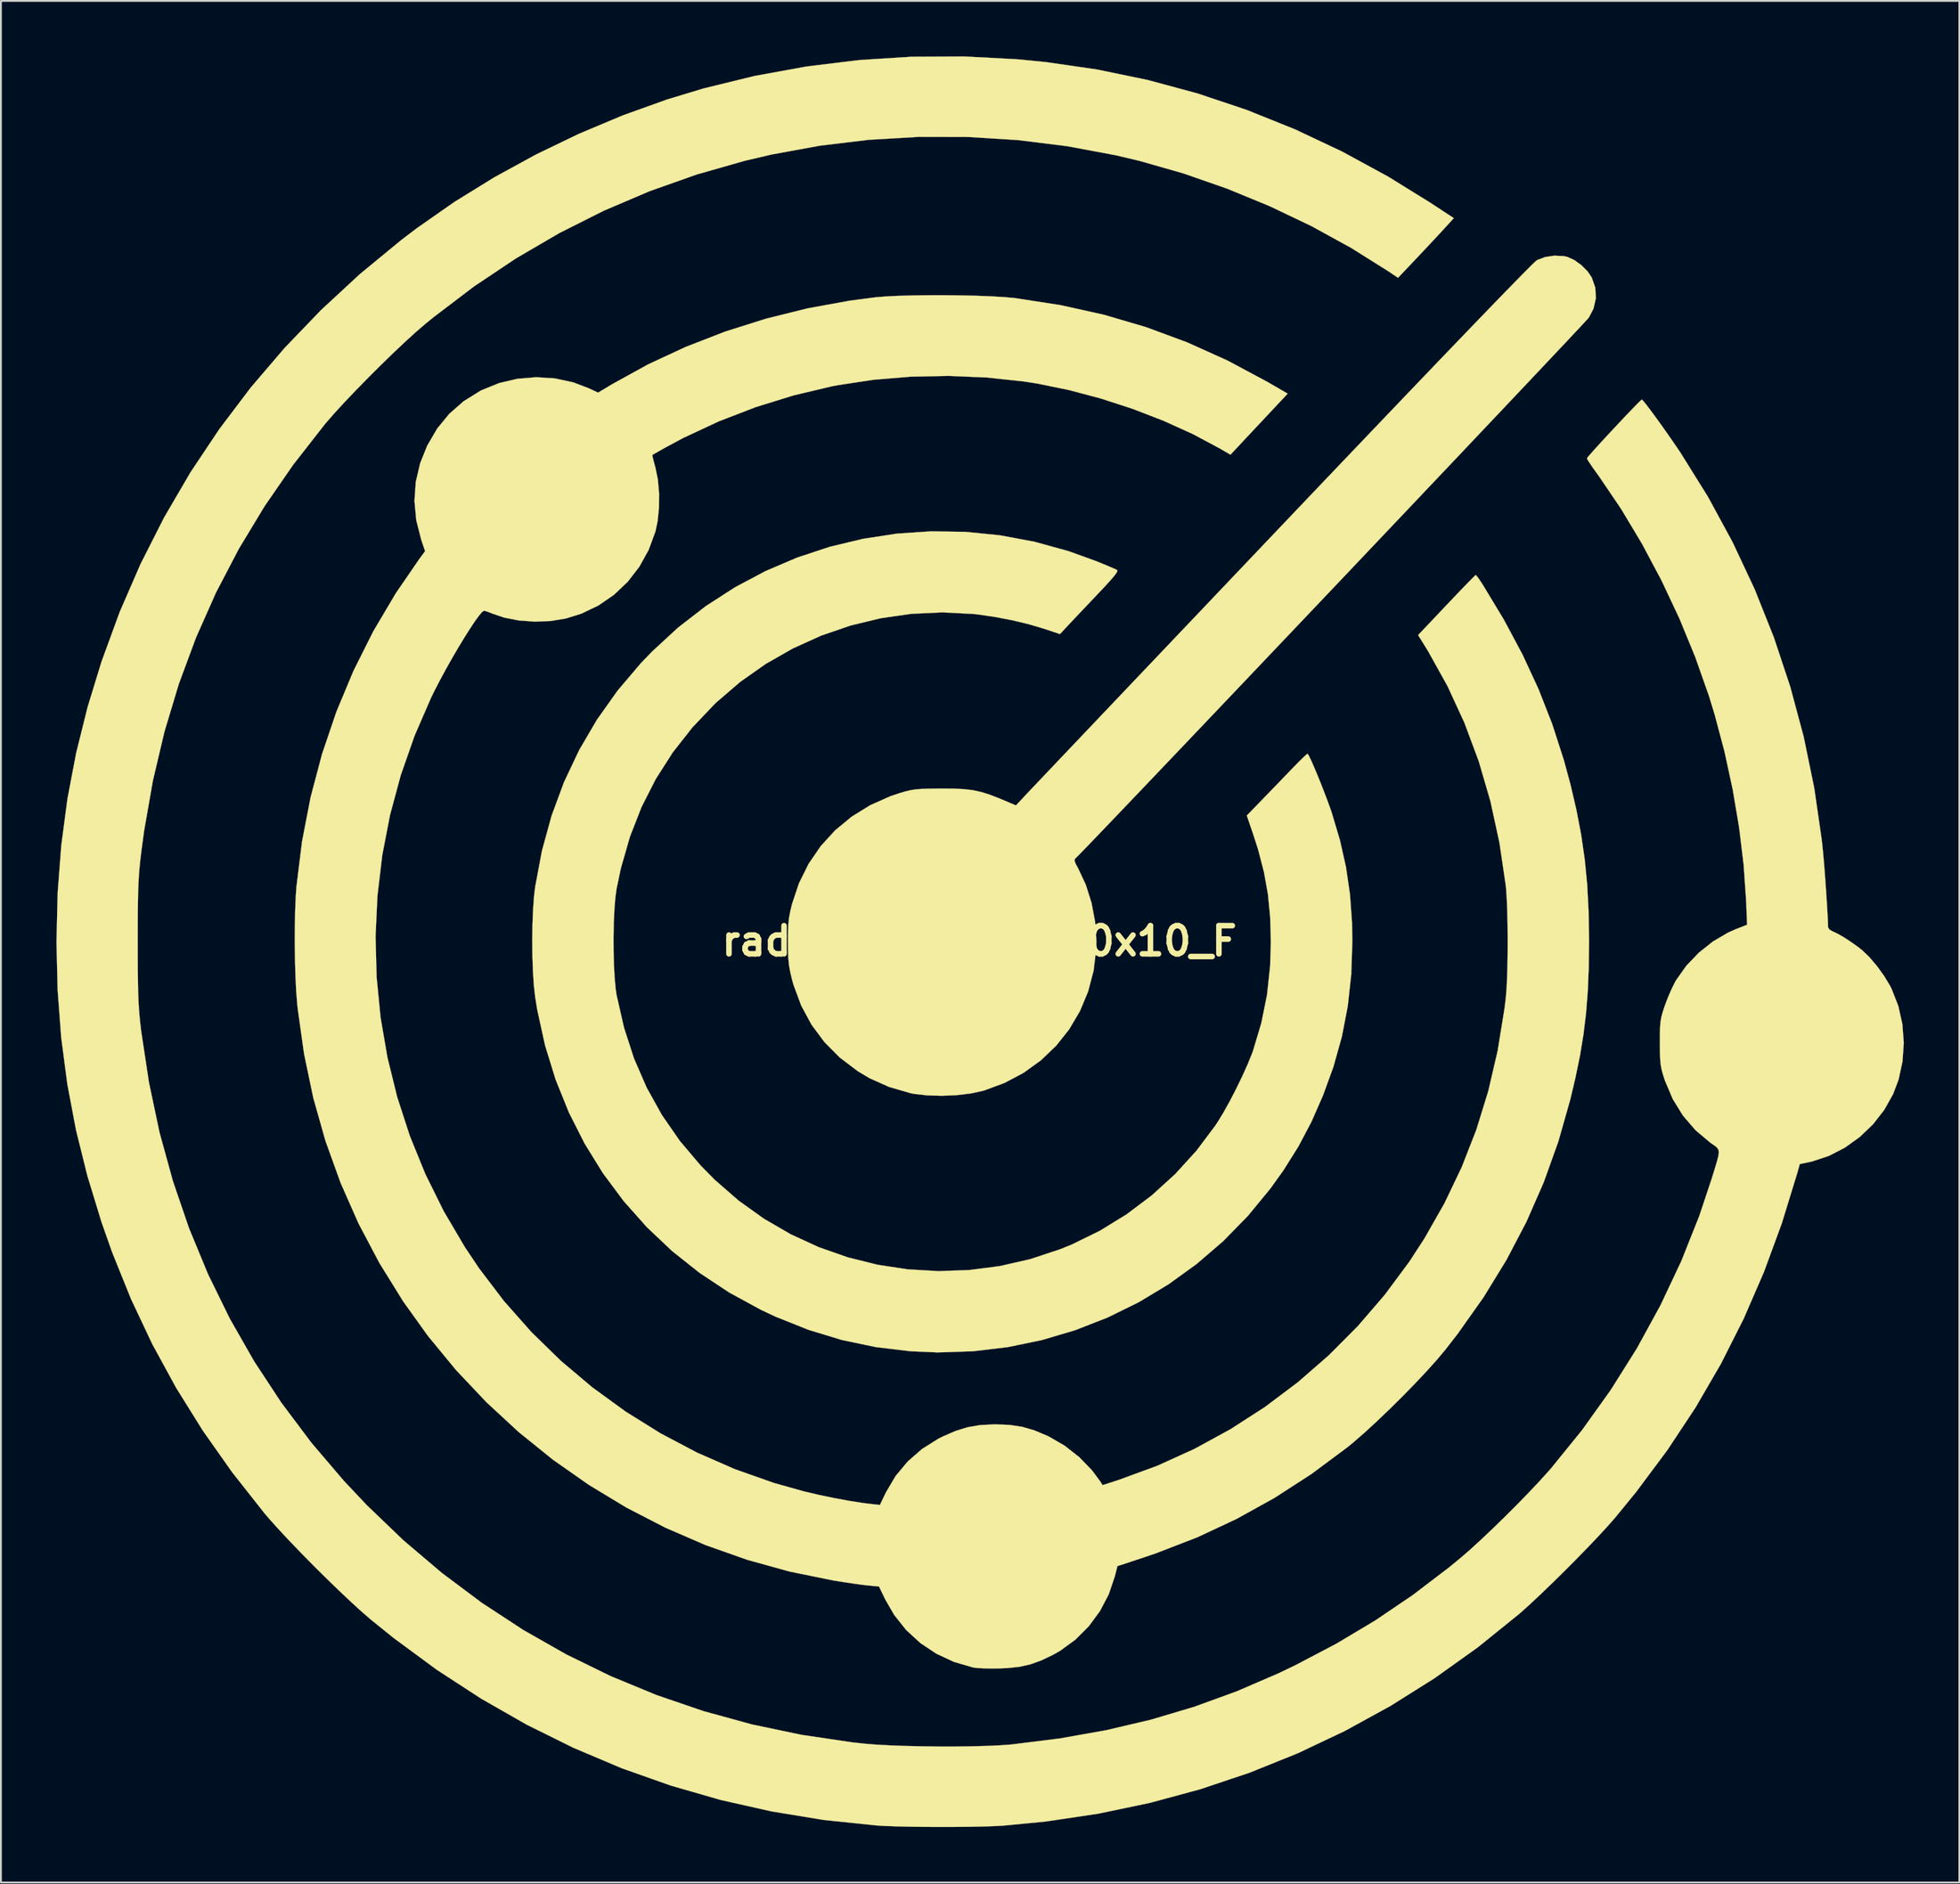
<source format=kicad_pcb>
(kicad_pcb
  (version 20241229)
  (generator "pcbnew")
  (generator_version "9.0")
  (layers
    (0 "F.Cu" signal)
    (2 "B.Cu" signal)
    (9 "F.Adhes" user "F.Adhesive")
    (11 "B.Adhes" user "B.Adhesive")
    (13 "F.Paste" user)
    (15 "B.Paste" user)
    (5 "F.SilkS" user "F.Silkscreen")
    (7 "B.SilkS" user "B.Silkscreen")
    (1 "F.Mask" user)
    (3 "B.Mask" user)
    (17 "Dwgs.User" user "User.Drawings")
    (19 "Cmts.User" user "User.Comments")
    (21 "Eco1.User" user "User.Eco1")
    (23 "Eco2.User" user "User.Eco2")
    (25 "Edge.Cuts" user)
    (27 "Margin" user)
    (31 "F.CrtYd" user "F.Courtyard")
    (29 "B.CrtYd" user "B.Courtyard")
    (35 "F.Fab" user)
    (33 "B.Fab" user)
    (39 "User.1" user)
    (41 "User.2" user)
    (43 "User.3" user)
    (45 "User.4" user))
  (footprint "radar-tracking_10x10_F"
    (layer "F.Cu")
    (at 49.897 47.843)
    (property "Reference" "radar-tracking_10x10_F" (at 0 0 0) (layer "F.SilkS") (effects (font (size 1.524 1.524) (thickness 0.3))))
    (attr through_hole)
    (fp_poly (pts (xy 31.591 -37.043) (xy 31.791 -37) (xy 32.17 -36.829) (xy 32.556 -36.549) (xy 32.895 -36.206) (xy 33.113 -35.883) (xy 33.304 -35.331) (xy 33.334 -34.76) (xy 33.205 -34.198) (xy 32.957 -33.723) (xy 32.883 -33.639) (xy 32.698 -33.438) (xy 32.41 -33.128) (xy 32.023 -32.715) (xy 31.545 -32.206) (xy 30.981 -31.608) (xy 30.338 -30.926) (xy 29.622 -30.167) (xy 28.839 -29.339) (xy 27.996 -28.447) (xy 27.099 -27.499) (xy 26.154 -26.5) (xy 25.167 -25.458) (xy 24.144 -24.379) (xy 23.093 -23.269) (xy 22.018 -22.136) (xy 20.927 -20.985) (xy 19.826 -19.824) (xy 18.72 -18.659) (xy 17.616 -17.496) (xy 16.521 -16.343) (xy 15.44 -15.205) (xy 14.38 -14.089) (xy 13.348 -13.003) (xy 12.348 -11.952) (xy 11.389 -10.943) (xy 10.475 -9.983) (xy 9.613 -9.078) (xy 8.81 -8.235) (xy 8.071 -7.46) (xy 7.403 -6.761) (xy 6.812 -6.143) (xy 6.305 -5.614) (xy 5.887 -5.179) (xy 5.566 -4.846) (xy 5.346 -4.62) (xy 5.235 -4.51) (xy 5.226 -4.501) (xy 5.156 -4.425) (xy 5.15 -4.327) (xy 5.217 -4.165) (xy 5.339 -3.94) (xy 5.756 -3.052) (xy 6.067 -2.068) (xy 6.262 -1.033) (xy 6.331 0.009) (xy 6.321 0.423) (xy 6.178 1.605) (xy 5.882 2.731) (xy 5.439 3.79) (xy 4.861 4.769) (xy 4.156 5.658) (xy 3.332 6.446) (xy 2.4 7.12) (xy 1.367 7.67) (xy 0.244 8.085) (xy 0.212 8.094) (xy -0.447 8.238) (xy -1.207 8.33) (xy -2.01 8.366) (xy -2.795 8.345) (xy -3.503 8.266) (xy -3.725 8.223) (xy -4.876 7.889) (xy -5.939 7.413) (xy -6.57 7.036) (xy -7.537 6.303) (xy -8.37 5.465) (xy -9.068 4.527) (xy -9.627 3.493) (xy -10.045 2.367) (xy -10.126 2.074) (xy -10.221 1.678) (xy -10.285 1.326) (xy -10.323 0.964) (xy -10.342 0.536) (xy -10.347 0.042) (xy -10.342 -0.49) (xy -10.324 -0.907) (xy -10.285 -1.263) (xy -10.22 -1.612) (xy -10.129 -1.99) (xy -9.75 -3.126) (xy -9.229 -4.177) (xy -8.575 -5.134) (xy -7.795 -5.988) (xy -6.9 -6.729) (xy -5.898 -7.349) (xy -4.799 -7.838) (xy -4.276 -8.012) (xy -3.975 -8.098) (xy -3.712 -8.16) (xy -3.446 -8.202) (xy -3.138 -8.227) (xy -2.749 -8.241) (xy -2.242 -8.247) (xy -2.074 -8.248) (xy -1.392 -8.244) (xy -0.834 -8.217) (xy -0.356 -8.161) (xy 0.087 -8.066) (xy 0.54 -7.926) (xy 1.046 -7.731) (xy 1.266 -7.639) (xy 1.982 -7.336) (xy 2.578 -7.975) (xy 2.692 -8.095) (xy 2.917 -8.333) (xy 3.248 -8.682) (xy 3.679 -9.136) (xy 4.204 -9.69) (xy 4.819 -10.338) (xy 5.518 -11.073) (xy 6.295 -11.892) (xy 7.145 -12.786) (xy 8.062 -13.752) (xy 9.041 -14.782) (xy 10.077 -15.872) (xy 11.163 -17.015) (xy 12.295 -18.206) (xy 13.466 -19.439) (xy 14.672 -20.707) (xy 15.907 -22.007) (xy 16.495 -22.625) (xy 17.972 -24.178) (xy 19.381 -25.658) (xy 20.719 -27.061) (xy 21.981 -28.384) (xy 23.165 -29.624) (xy 24.267 -30.776) (xy 25.286 -31.839) (xy 26.217 -32.808) (xy 27.057 -33.681) (xy 27.803 -34.454) (xy 28.453 -35.125) (xy 29.003 -35.689) (xy 29.449 -36.143) (xy 29.79 -36.485) (xy 30.02 -36.711) (xy 30.139 -36.817) (xy 30.149 -36.824) (xy 30.582 -36.99) (xy 31.088 -37.066) (xy 31.591 -37.043)) (stroke (width 0.01) (type solid)) (fill yes) (layer "F.SilkS"))
    (fp_poly (pts (xy -0.747 -22.13) (xy 1.119 -21.943) (xy 2.976 -21.597) (xy 4.817 -21.089) (xy 6.265 -20.567) (xy 6.667 -20.405) (xy 7.017 -20.26) (xy 7.284 -20.146) (xy 7.433 -20.076) (xy 7.446 -20.069) (xy 7.464 -20.016) (xy 7.412 -19.907) (xy 7.28 -19.731) (xy 7.058 -19.473) (xy 6.734 -19.12) (xy 6.387 -18.752) (xy 5.995 -18.339) (xy 5.611 -17.934) (xy 5.264 -17.567) (xy 4.98 -17.266) (xy 4.785 -17.059) (xy 4.784 -17.057) (xy 4.36 -16.603) (xy 3.482 -16.897) (xy 2.671 -17.137) (xy 1.758 -17.355) (xy 0.807 -17.536) (xy -0.114 -17.669) (xy -0.326 -17.692) (xy -2.007 -17.777) (xy -3.682 -17.698) (xy -5.341 -17.458) (xy -6.97 -17.063) (xy -8.556 -16.517) (xy -10.087 -15.824) (xy -11.55 -14.988) (xy -12.931 -14.015) (xy -14.218 -12.908) (xy -14.3 -12.83) (xy -15.512 -11.556) (xy -16.574 -10.204) (xy -17.49 -8.77) (xy -18.262 -7.251) (xy -18.89 -5.643) (xy -19.378 -3.943) (xy -19.611 -2.836) (xy -19.679 -2.34) (xy -19.729 -1.714) (xy -19.762 -0.998) (xy -19.777 -0.229) (xy -19.774 0.553) (xy -19.753 1.31) (xy -19.715 2.003) (xy -19.66 2.593) (xy -19.611 2.921) (xy -19.21 4.681) (xy -18.67 6.346) (xy -17.987 7.92) (xy -17.161 9.406) (xy -16.19 10.809) (xy -15.072 12.131) (xy -14.3 12.914) (xy -13.012 14.037) (xy -11.638 15.02) (xy -10.188 15.86) (xy -8.675 16.555) (xy -7.11 17.104) (xy -5.504 17.504) (xy -3.867 17.753) (xy -2.212 17.849) (xy -0.55 17.791) (xy 1.109 17.576) (xy 2.753 17.201) (xy 4.37 16.666) (xy 5.003 16.409) (xy 6.519 15.666) (xy 7.965 14.776) (xy 9.326 13.751) (xy 10.588 12.603) (xy 11.735 11.344) (xy 12.753 9.987) (xy 12.891 9.779) (xy 13.199 9.275) (xy 13.538 8.665) (xy 13.885 7.994) (xy 14.217 7.31) (xy 14.51 6.659) (xy 14.742 6.088) (xy 14.802 5.924) (xy 15.25 4.425) (xy 15.556 2.905) (xy 15.725 1.332) (xy 15.764 0.042) (xy 15.726 -1.294) (xy 15.605 -2.533) (xy 15.391 -3.73) (xy 15.077 -4.941) (xy 14.805 -5.787) (xy 14.462 -6.79) (xy 15.338 -7.693) (xy 15.734 -8.102) (xy 16.172 -8.555) (xy 16.597 -8.996) (xy 16.959 -9.371) (xy 16.967 -9.38) (xy 17.251 -9.671) (xy 17.491 -9.908) (xy 17.664 -10.069) (xy 17.748 -10.133) (xy 17.751 -10.132) (xy 17.824 -10.012) (xy 17.944 -9.762) (xy 18.099 -9.41) (xy 18.277 -8.987) (xy 18.466 -8.519) (xy 18.655 -8.037) (xy 18.832 -7.57) (xy 18.986 -7.145) (xy 19.055 -6.943) (xy 19.5 -5.447) (xy 19.826 -3.993) (xy 20.039 -2.531) (xy 20.149 -1.009) (xy 20.168 0) (xy 20.108 1.798) (xy 19.922 3.509) (xy 19.602 5.167) (xy 19.143 6.805) (xy 18.588 8.332) (xy 17.957 9.771) (xy 17.253 11.106) (xy 16.445 12.394) (xy 15.736 13.384) (xy 14.515 14.868) (xy 13.182 16.23) (xy 11.747 17.464) (xy 10.22 18.567) (xy 8.611 19.534) (xy 6.927 20.361) (xy 5.18 21.043) (xy 3.379 21.577) (xy 1.532 21.959) (xy -0.349 22.182) (xy -2.257 22.245) (xy -3.725 22.181) (xy -5.599 21.956) (xy -7.434 21.571) (xy -9.24 21.022) (xy -11.026 20.308) (xy -11.811 19.938) (xy -13.518 19.007) (xy -15.117 17.948) (xy -16.604 16.767) (xy -17.974 15.471) (xy -19.222 14.067) (xy -20.344 12.56) (xy -21.335 10.957) (xy -22.191 9.265) (xy -22.907 7.49) (xy -23.478 5.638) (xy -23.9 3.716) (xy -24.014 3.006) (xy -24.084 2.383) (xy -24.133 1.636) (xy -24.161 0.808) (xy -24.169 -0.059) (xy -24.157 -0.921) (xy -24.123 -1.734) (xy -24.07 -2.456) (xy -24.014 -2.921) (xy -23.645 -4.887) (xy -23.125 -6.778) (xy -22.455 -8.591) (xy -21.636 -10.325) (xy -20.669 -11.977) (xy -19.555 -13.546) (xy -18.295 -15.031) (xy -17.696 -15.654) (xy -16.285 -16.955) (xy -14.785 -18.116) (xy -13.206 -19.135) (xy -11.557 -20.01) (xy -9.849 -20.739) (xy -8.09 -21.321) (xy -6.291 -21.753) (xy -4.461 -22.033) (xy -2.61 -22.159) (xy -0.747 -22.13)) (stroke (width 0.01) (type solid)) (fill yes) (layer "F.SilkS"))
    (fp_poly (pts (xy -1.037 -34.918) (xy -0.185 -34.899) (xy 0.604 -34.869) (xy 1.296 -34.829) (xy 1.858 -34.78) (xy 1.947 -34.769) (xy 4.383 -34.393) (xy 6.736 -33.871) (xy 9.016 -33.201) (xy 11.236 -32.379) (xy 13.405 -31.402) (xy 15.533 -30.265) (xy 15.638 -30.205) (xy 16.672 -29.605) (xy 15.808 -28.685) (xy 15.426 -28.277) (xy 15.012 -27.836) (xy 14.615 -27.412) (xy 14.282 -27.056) (xy 14.262 -27.034) (xy 13.58 -26.304) (xy 12.992 -26.646) (xy 11.544 -27.419) (xy 9.971 -28.133) (xy 8.311 -28.775) (xy 6.6 -29.333) (xy 4.876 -29.793) (xy 3.177 -30.143) (xy 2.413 -30.263) (xy 0.397 -30.479) (xy -1.658 -30.565) (xy -3.715 -30.523) (xy -5.737 -30.354) (xy -7.688 -30.057) (xy -7.959 -30.005) (xy -10.038 -29.512) (xy -12.091 -28.876) (xy -14.088 -28.106) (xy -15.998 -27.214) (xy -16.976 -26.69) (xy -17.275 -26.521) (xy -17.512 -26.386) (xy -17.653 -26.304) (xy -17.677 -26.289) (xy -17.667 -26.205) (xy -17.618 -25.997) (xy -17.54 -25.706) (xy -17.511 -25.602) (xy -17.378 -24.947) (xy -17.314 -24.202) (xy -17.32 -23.429) (xy -17.395 -22.693) (xy -17.512 -22.145) (xy -17.88 -21.15) (xy -18.384 -20.24) (xy -19.012 -19.429) (xy -19.752 -18.728) (xy -20.592 -18.149) (xy -21.518 -17.705) (xy -22.354 -17.445) (xy -23.171 -17.31) (xy -24.034 -17.276) (xy -24.892 -17.339) (xy -25.698 -17.496) (xy -26.315 -17.706) (xy -26.555 -17.801) (xy -26.737 -17.857) (xy -26.784 -17.865) (xy -26.887 -17.793) (xy -27.057 -17.59) (xy -27.284 -17.277) (xy -27.554 -16.87) (xy -27.856 -16.39) (xy -28.179 -15.857) (xy -28.511 -15.288) (xy -28.84 -14.703) (xy -29.155 -14.122) (xy -29.444 -13.563) (xy -29.635 -13.176) (xy -30.538 -11.092) (xy -31.28 -8.97) (xy -31.861 -6.816) (xy -32.281 -4.639) (xy -32.541 -2.448) (xy -32.643 -0.251) (xy -32.586 1.944) (xy -32.372 4.129) (xy -32 6.294) (xy -31.473 8.433) (xy -30.79 10.536) (xy -29.952 12.596) (xy -28.96 14.603) (xy -27.814 16.55) (xy -27.05 17.692) (xy -25.699 19.469) (xy -24.221 21.14) (xy -22.626 22.697) (xy -20.922 24.135) (xy -19.12 25.446) (xy -17.227 26.625) (xy -15.254 27.666) (xy -13.21 28.561) (xy -11.104 29.304) (xy -9.497 29.756) (xy -8.704 29.943) (xy -7.871 30.117) (xy -7.053 30.268) (xy -6.306 30.386) (xy -5.884 30.439) (xy -5.376 30.496) (xy -5.041 29.802) (xy -4.526 28.929) (xy -3.874 28.147) (xy -3.1 27.47) (xy -2.218 26.914) (xy -1.99 26.798) (xy -1.283 26.492) (xy -0.63 26.289) (xy 0.036 26.176) (xy 0.782 26.137) (xy 0.889 26.136) (xy 1.65 26.167) (xy 2.323 26.27) (xy 2.974 26.459) (xy 3.67 26.752) (xy 3.768 26.798) (xy 4.614 27.289) (xy 5.401 27.907) (xy 6.089 28.617) (xy 6.53 29.21) (xy 6.667 29.422) (xy 7.546 29.137) (xy 9.621 28.376) (xy 11.635 27.461) (xy 13.578 26.399) (xy 15.441 25.198) (xy 17.215 23.864) (xy 18.892 22.404) (xy 20.462 20.826) (xy 21.916 19.137) (xy 23.247 17.343) (xy 24.064 16.087) (xy 25.151 14.175) (xy 26.087 12.215) (xy 26.875 10.196) (xy 27.52 8.107) (xy 28.024 5.937) (xy 28.392 3.673) (xy 28.464 3.09) (xy 28.503 2.629) (xy 28.533 2.034) (xy 28.554 1.342) (xy 28.565 0.588) (xy 28.567 -0.19) (xy 28.559 -0.958) (xy 28.543 -1.679) (xy 28.516 -2.317) (xy 28.481 -2.837) (xy 28.464 -3.006) (xy 28.121 -5.325) (xy 27.633 -7.567) (xy 27.002 -9.728) (xy 26.229 -11.803) (xy 25.315 -13.788) (xy 24.263 -15.679) (xy 24.144 -15.873) (xy 23.725 -16.548) (xy 25.261 -18.171) (xy 25.672 -18.604) (xy 26.045 -18.994) (xy 26.364 -19.325) (xy 26.613 -19.58) (xy 26.777 -19.743) (xy 26.839 -19.799) (xy 26.902 -19.736) (xy 27.028 -19.563) (xy 27.191 -19.317) (xy 27.216 -19.279) (xy 28.366 -17.372) (xy 29.368 -15.496) (xy 30.234 -13.627) (xy 30.974 -11.737) (xy 31.6 -9.801) (xy 31.954 -8.497) (xy 32.282 -7.093) (xy 32.539 -5.75) (xy 32.731 -4.425) (xy 32.863 -3.073) (xy 32.939 -1.65) (xy 32.966 -0.114) (xy 32.966 0.085) (xy 32.948 1.47) (xy 32.895 2.732) (xy 32.802 3.913) (xy 32.663 5.056) (xy 32.474 6.203) (xy 32.228 7.397) (xy 31.952 8.563) (xy 31.304 10.845) (xy 30.516 13.045) (xy 29.583 15.174) (xy 28.501 17.241) (xy 27.264 19.258) (xy 25.867 21.234) (xy 25.196 22.098) (xy 24.743 22.638) (xy 24.188 23.257) (xy 23.556 23.929) (xy 22.875 24.626) (xy 22.175 25.319) (xy 21.48 25.983) (xy 20.821 26.589) (xy 20.223 27.109) (xy 19.897 27.377) (xy 17.947 28.826) (xy 15.95 30.117) (xy 13.894 31.256) (xy 11.764 32.251) (xy 9.548 33.108) (xy 8.919 33.322) (xy 7.467 33.801) (xy 7.326 34.358) (xy 6.998 35.326) (xy 6.523 36.232) (xy 5.916 37.057) (xy 5.193 37.779) (xy 4.371 38.379) (xy 3.979 38.601) (xy 3.347 38.902) (xy 2.769 39.111) (xy 2.186 39.243) (xy 1.535 39.314) (xy 1.101 39.333) (xy 0.654 39.338) (xy 0.232 39.33) (xy -0.116 39.311) (xy -0.332 39.283) (xy -1.364 38.983) (xy -2.321 38.539) (xy -3.188 37.961) (xy -3.953 37.258) (xy -4.602 36.441) (xy -5.083 35.607) (xy -5.423 34.904) (xy -6.035 34.845) (xy -6.345 34.809) (xy -6.772 34.75) (xy -7.266 34.677) (xy -7.775 34.596) (xy -7.916 34.573) (xy -10.261 34.095) (xy -12.557 33.457) (xy -14.797 32.665) (xy -16.974 31.722) (xy -19.081 30.635) (xy -21.109 29.408) (xy -23.052 28.046) (xy -24.902 26.553) (xy -26.651 24.935) (xy -28.292 23.197) (xy -29.817 21.343) (xy -31.143 19.493) (xy -32.428 17.42) (xy -33.558 15.282) (xy -34.531 13.079) (xy -35.348 10.812) (xy -36.007 8.484) (xy -36.508 6.094) (xy -36.852 3.644) (xy -36.876 3.411) (xy -36.93 2.73) (xy -36.971 1.927) (xy -36.997 1.046) (xy -37.009 0.127) (xy -37.006 -0.786) (xy -36.988 -1.65) (xy -36.956 -2.423) (xy -36.917 -2.963) (xy -36.615 -5.394) (xy -36.153 -7.781) (xy -35.534 -10.118) (xy -34.761 -12.398) (xy -33.837 -14.612) (xy -32.764 -16.753) (xy -31.545 -18.813) (xy -30.292 -20.64) (xy -29.964 -21.086) (xy -30.175 -21.715) (xy -30.441 -22.759) (xy -30.538 -23.801) (xy -30.467 -24.835) (xy -30.228 -25.852) (xy -29.847 -26.797) (xy -29.309 -27.718) (xy -28.655 -28.515) (xy -27.884 -29.191) (xy -26.993 -29.747) (xy -26.885 -29.802) (xy -25.953 -30.179) (xy -24.966 -30.409) (xy -23.954 -30.492) (xy -22.943 -30.428) (xy -21.961 -30.217) (xy -21.121 -29.898) (xy -20.61 -29.659) (xy -19.851 -30.115) (xy -17.917 -31.183) (xy -15.874 -32.133) (xy -13.742 -32.96) (xy -11.539 -33.657) (xy -9.285 -34.217) (xy -6.998 -34.634) (xy -5.63 -34.813) (xy -5.092 -34.858) (xy -4.419 -34.892) (xy -3.643 -34.915) (xy -2.799 -34.926) (xy -1.919 -34.928) (xy -1.037 -34.918)) (stroke (width 0.01) (type solid)) (fill yes) (layer "F.SilkS"))
    (fp_poly (pts (xy 2.058 -47.686) (xy 3.598 -47.535) (xy 6.362 -47.135) (xy 9.096 -46.569) (xy 11.795 -45.84) (xy 14.452 -44.95) (xy 17.062 -43.901) (xy 19.618 -42.695) (xy 22.115 -41.335) (xy 24.363 -39.943) (xy 25.654 -39.096) (xy 25.062 -38.45) (xy 24.781 -38.145) (xy 24.424 -37.762) (xy 24.033 -37.345) (xy 23.647 -36.936) (xy 23.554 -36.837) (xy 22.638 -35.871) (xy 22.135 -36.21) (xy 20.1 -37.489) (xy 17.947 -38.671) (xy 15.701 -39.743) (xy 13.389 -40.694) (xy 11.037 -41.514) (xy 8.673 -42.19) (xy 7.385 -42.496) (xy 4.749 -42.988) (xy 2.085 -43.318) (xy -0.595 -43.485) (xy -3.278 -43.491) (xy -5.953 -43.335) (xy -8.606 -43.017) (xy -11.227 -42.538) (xy -12.67 -42.201) (xy -15.281 -41.456) (xy -17.824 -40.555) (xy -20.299 -39.5) (xy -22.707 -38.289) (xy -25.047 -36.923) (xy -27.321 -35.402) (xy -29.527 -33.725) (xy -29.972 -33.361) (xy -30.466 -32.935) (xy -31.046 -32.407) (xy -31.685 -31.803) (xy -32.357 -31.15) (xy -33.037 -30.472) (xy -33.698 -29.796) (xy -34.315 -29.148) (xy -34.861 -28.553) (xy -35.311 -28.038) (xy -35.393 -27.94) (xy -37.099 -25.755) (xy -38.646 -23.513) (xy -40.036 -21.21) (xy -41.271 -18.844) (xy -42.351 -16.41) (xy -43.279 -13.906) (xy -44.055 -11.328) (xy -44.682 -8.673) (xy -45.16 -5.938) (xy -45.314 -4.785) (xy -45.364 -4.362) (xy -45.404 -3.969) (xy -45.435 -3.579) (xy -45.459 -3.169) (xy -45.477 -2.713) (xy -45.489 -2.187) (xy -45.496 -1.565) (xy -45.5 -0.823) (xy -45.501 0.042) (xy -45.5 0.926) (xy -45.496 1.665) (xy -45.488 2.284) (xy -45.476 2.808) (xy -45.459 3.263) (xy -45.434 3.673) (xy -45.403 4.062) (xy -45.363 4.456) (xy -45.314 4.869) (xy -44.894 7.647) (xy -44.322 10.352) (xy -43.598 12.982) (xy -42.724 15.537) (xy -41.7 18.014) (xy -40.526 20.413) (xy -39.204 22.731) (xy -37.733 24.969) (xy -36.116 27.124) (xy -34.351 29.195) (xy -33.109 30.512) (xy -31.129 32.412) (xy -29.058 34.17) (xy -26.9 35.785) (xy -24.657 37.254) (xy -22.333 38.576) (xy -19.932 39.75) (xy -17.456 40.773) (xy -14.911 41.644) (xy -12.297 42.362) (xy -9.621 42.924) (xy -6.883 43.33) (xy -6.223 43.403) (xy -5.614 43.453) (xy -4.876 43.494) (xy -4.043 43.525) (xy -3.146 43.546) (xy -2.219 43.557) (xy -1.294 43.557) (xy -0.406 43.546) (xy 0.414 43.525) (xy 1.132 43.492) (xy 1.715 43.449) (xy 1.736 43.447) (xy 4.35 43.121) (xy 6.858 42.676) (xy 9.277 42.107) (xy 11.623 41.408) (xy 13.915 40.574) (xy 16.17 39.601) (xy 17.08 39.165) (xy 19.307 37.995) (xy 21.411 36.738) (xy 23.427 35.373) (xy 25.389 33.877) (xy 26.035 33.347) (xy 26.534 32.914) (xy 27.117 32.381) (xy 27.755 31.776) (xy 28.421 31.127) (xy 29.086 30.462) (xy 29.722 29.808) (xy 30.301 29.194) (xy 30.796 28.647) (xy 30.896 28.533) (xy 32.58 26.457) (xy 34.134 24.284) (xy 35.553 22.026) (xy 36.829 19.694) (xy 37.957 17.3) (xy 38.93 14.854) (xy 39.605 12.827) (xy 39.768 12.295) (xy 39.887 11.9) (xy 39.959 11.616) (xy 39.983 11.417) (xy 39.959 11.277) (xy 39.885 11.168) (xy 39.76 11.066) (xy 39.582 10.943) (xy 39.512 10.894) (xy 38.72 10.225) (xy 38.043 9.438) (xy 37.491 8.542) (xy 37.071 7.55) (xy 37.06 7.517) (xy 36.955 7.192) (xy 36.883 6.921) (xy 36.837 6.661) (xy 36.811 6.366) (xy 36.799 5.99) (xy 36.796 5.503) (xy 36.798 5.011) (xy 36.808 4.643) (xy 36.832 4.356) (xy 36.877 4.103) (xy 36.948 3.841) (xy 37.052 3.525) (xy 37.071 3.471) (xy 37.232 3.046) (xy 37.423 2.606) (xy 37.611 2.226) (xy 37.672 2.117) (xy 38.222 1.339) (xy 38.898 0.631) (xy 39.667 0.02) (xy 40.494 -0.465) (xy 40.897 -0.642) (xy 41.511 -0.883) (xy 41.461 -2.156) (xy 41.326 -4.109) (xy 41.081 -6.14) (xy 40.732 -8.205) (xy 40.287 -10.26) (xy 39.754 -12.264) (xy 39.446 -13.268) (xy 38.707 -15.364) (xy 37.847 -17.455) (xy 36.881 -19.508) (xy 35.825 -21.493) (xy 34.695 -23.378) (xy 33.506 -25.133) (xy 33.406 -25.271) (xy 33.182 -25.584) (xy 33.002 -25.848) (xy 32.885 -26.033) (xy 32.851 -26.106) (xy 32.906 -26.182) (xy 33.06 -26.361) (xy 33.292 -26.621) (xy 33.585 -26.943) (xy 33.919 -27.306) (xy 34.275 -27.689) (xy 34.635 -28.072) (xy 34.978 -28.436) (xy 35.287 -28.759) (xy 35.542 -29.022) (xy 35.725 -29.203) (xy 35.816 -29.284) (xy 35.82 -29.286) (xy 35.887 -29.223) (xy 36.034 -29.043) (xy 36.246 -28.766) (xy 36.507 -28.414) (xy 36.801 -28.008) (xy 37.112 -27.57) (xy 37.426 -27.121) (xy 37.727 -26.682) (xy 37.906 -26.416) (xy 39.39 -24.035) (xy 40.728 -21.57) (xy 41.919 -19.03) (xy 42.958 -16.423) (xy 43.844 -13.757) (xy 44.572 -11.042) (xy 45.14 -8.284) (xy 45.544 -5.494) (xy 45.59 -5.08) (xy 45.629 -4.673) (xy 45.673 -4.163) (xy 45.718 -3.585) (xy 45.762 -2.976) (xy 45.803 -2.37) (xy 45.839 -1.803) (xy 45.867 -1.31) (xy 45.884 -0.927) (xy 45.888 -0.749) (xy 45.962 -0.624) (xy 46.137 -0.523) (xy 46.395 -0.404) (xy 46.737 -0.207) (xy 47.119 0.041) (xy 47.495 0.308) (xy 47.734 0.496) (xy 48.124 0.87) (xy 48.532 1.35) (xy 48.917 1.883) (xy 49.239 2.416) (xy 49.317 2.569) (xy 49.683 3.499) (xy 49.905 4.486) (xy 49.982 5.5) (xy 49.913 6.511) (xy 49.7 7.492) (xy 49.408 8.268) (xy 48.928 9.126) (xy 48.317 9.909) (xy 47.598 10.597) (xy 46.793 11.174) (xy 45.923 11.621) (xy 45.012 11.921) (xy 44.858 11.955) (xy 44.36 12.058) (xy 44.229 12.527) (xy 43.388 15.264) (xy 42.423 17.891) (xy 41.327 20.419) (xy 40.095 22.861) (xy 38.721 25.228) (xy 37.198 27.53) (xy 35.521 29.78) (xy 34.397 31.157) (xy 33.998 31.612) (xy 33.499 32.155) (xy 32.924 32.761) (xy 32.299 33.403) (xy 31.648 34.058) (xy 30.997 34.699) (xy 30.371 35.302) (xy 29.796 35.842) (xy 29.296 36.292) (xy 29.168 36.403) (xy 26.939 38.202) (xy 24.626 39.855) (xy 22.233 41.36) (xy 19.764 42.715) (xy 17.223 43.92) (xy 14.614 44.971) (xy 11.941 45.868) (xy 9.209 46.608) (xy 6.421 47.191) (xy 3.582 47.614) (xy 1.27 47.837) (xy 0.79 47.863) (xy 0.175 47.883) (xy -0.542 47.897) (xy -1.327 47.905) (xy -2.145 47.907) (xy -2.963 47.903) (xy -3.748 47.892) (xy -4.465 47.876) (xy -5.08 47.854) (xy -5.546 47.827) (xy -8.408 47.529) (xy -11.221 47.068) (xy -13.984 46.447) (xy -16.694 45.665) (xy -19.346 44.726) (xy -21.94 43.628) (xy -24.471 42.375) (xy -26.937 40.966) (xy -29.335 39.404) (xy -31.663 37.689) (xy -32.893 36.696) (xy -33.386 36.27) (xy -33.964 35.742) (xy -34.605 35.138) (xy -35.282 34.481) (xy -35.972 33.797) (xy -36.649 33.11) (xy -37.29 32.444) (xy -37.87 31.823) (xy -38.365 31.273) (xy -38.645 30.946) (xy -40.395 28.725) (xy -41.985 26.468) (xy -43.421 24.163) (xy -44.712 21.797) (xy -45.863 19.357) (xy -46.883 16.83) (xy -47.458 15.198) (xy -48.221 12.699) (xy -48.836 10.221) (xy -49.306 7.738) (xy -49.636 5.224) (xy -49.83 2.651) (xy -49.892 0.042) (xy -49.828 -2.614) (xy -49.631 -5.186) (xy -49.299 -7.7) (xy -48.826 -10.182) (xy -48.209 -12.66) (xy -47.458 -15.113) (xy -46.476 -17.796) (xy -45.345 -20.398) (xy -44.069 -22.916) (xy -42.65 -25.347) (xy -41.089 -27.686) (xy -39.391 -29.932) (xy -37.556 -32.08) (xy -35.588 -34.127) (xy -33.489 -36.07) (xy -31.261 -37.905) (xy -30.395 -38.563) (xy -28.373 -39.976) (xy -26.223 -41.303) (xy -23.975 -42.534) (xy -21.654 -43.653) (xy -19.288 -44.648) (xy -16.904 -45.505) (xy -14.901 -46.112) (xy -12.138 -46.787) (xy -9.338 -47.297) (xy -6.511 -47.643) (xy -3.664 -47.824) (xy -0.805 -47.838) (xy 2.058 -47.686)) (stroke (width 0.01) (type solid)) (fill yes) (layer "F.SilkS")))
  (gr_rect
    (start -3 -3)
    (end 102.884 98.755)
    (stroke (width 0.1) (type default))
    (fill no)
    (layer "Edge.Cuts")))
</source>
